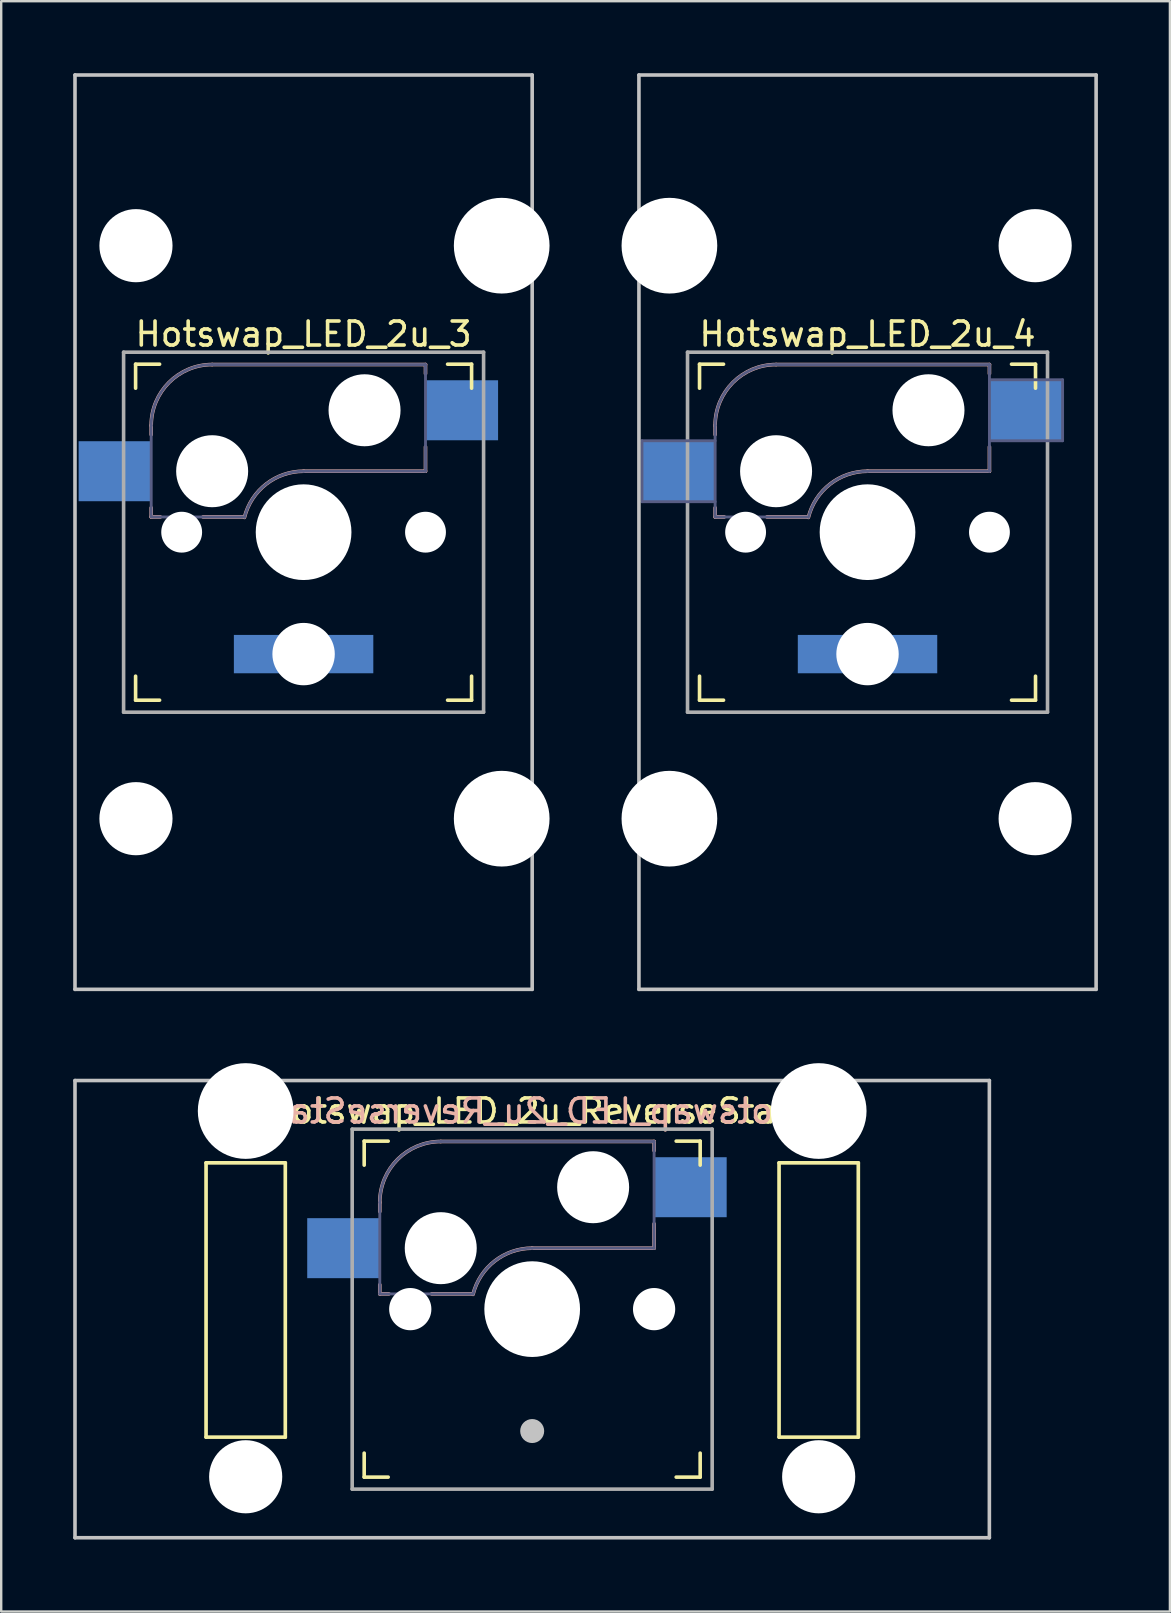
<source format=kicad_pcb>
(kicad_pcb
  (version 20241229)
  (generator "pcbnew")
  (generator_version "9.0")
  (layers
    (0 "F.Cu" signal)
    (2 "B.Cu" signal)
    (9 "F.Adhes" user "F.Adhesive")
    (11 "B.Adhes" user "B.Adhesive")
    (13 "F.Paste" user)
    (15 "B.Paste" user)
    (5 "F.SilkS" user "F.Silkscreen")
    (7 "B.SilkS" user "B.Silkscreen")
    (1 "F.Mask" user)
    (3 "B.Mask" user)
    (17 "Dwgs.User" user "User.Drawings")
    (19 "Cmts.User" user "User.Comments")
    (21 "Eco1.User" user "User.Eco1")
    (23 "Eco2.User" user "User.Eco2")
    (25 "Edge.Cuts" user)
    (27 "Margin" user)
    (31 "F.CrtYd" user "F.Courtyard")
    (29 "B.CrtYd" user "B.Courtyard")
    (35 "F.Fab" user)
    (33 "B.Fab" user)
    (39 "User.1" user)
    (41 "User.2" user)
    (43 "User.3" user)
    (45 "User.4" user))
  (footprint "Hotswap_LED_2u_3"
    (layer "F.Cu")
    (at 9.6 19.125)
    (property "Reference" "Hotswap_LED_2u_3" (at 0 -8.255 0) (layer "F.SilkS") (effects (font (size 1 1) (thickness 0.15))))
    (attr through_hole)
    (fp_line (start -7 -6) (end -7 -7) (stroke (width 0.15) (type solid)) (layer "F.SilkS"))
    (fp_line (start -7 7) (end -7 6) (stroke (width 0.15) (type solid)) (layer "F.SilkS"))
    (fp_line (start -7 7) (end -6 7) (stroke (width 0.15) (type solid)) (layer "F.SilkS"))
    (fp_line (start -6 -7) (end -7 -7) (stroke (width 0.15) (type solid)) (layer "F.SilkS"))
    (fp_line (start 6 7) (end 7 7) (stroke (width 0.15) (type solid)) (layer "F.SilkS"))
    (fp_line (start 7 -7) (end 6 -7) (stroke (width 0.15) (type solid)) (layer "F.SilkS"))
    (fp_line (start 7 -7) (end 7 -6) (stroke (width 0.15) (type solid)) (layer "F.SilkS"))
    (fp_line (start 7 6) (end 7 7) (stroke (width 0.15) (type solid)) (layer "F.SilkS"))
    (fp_line (start -6.35 -4.445) (end -6.35 -4.064) (stroke (width 0.15) (type solid)) (layer "B.SilkS"))
    (fp_line (start -6.35 -1.016) (end -6.35 -0.635) (stroke (width 0.15) (type solid)) (layer "B.SilkS"))
    (fp_line (start -6.35 -0.635) (end -5.969 -0.635) (stroke (width 0.15) (type solid)) (layer "B.SilkS"))
    (fp_line (start -4.191 -0.635) (end -2.54 -0.635) (stroke (width 0.15) (type solid)) (layer "B.SilkS"))
    (fp_line (start 0 -2.54) (end 5.08 -2.54) (stroke (width 0.15) (type solid)) (layer "B.SilkS"))
    (fp_line (start 5.08 -6.985) (end -3.81 -6.985) (stroke (width 0.15) (type solid)) (layer "B.SilkS"))
    (fp_line (start 5.08 -6.604) (end 5.08 -6.985) (stroke (width 0.15) (type solid)) (layer "B.SilkS"))
    (fp_line (start 5.08 -2.54) (end 5.08 -3.556) (stroke (width 0.15) (type solid)) (layer "B.SilkS"))
    (fp_arc (start -6.35 -4.445) (mid -5.606051 -6.241051) (end -3.81 -6.985) (stroke (width 0.15) (type solid)) (layer "B.SilkS"))
    (fp_arc (start -2.464162 -0.61604) (mid -1.563147 -2.002042) (end 0 -2.54) (stroke (width 0.15) (type solid)) (layer "B.SilkS"))
    (fp_line (start -9.525 -19.05) (end 9.525 -19.05) (stroke (width 0.15) (type solid)) (layer "Dwgs.User"))
    (fp_line (start -9.525 19.05) (end -9.525 -19.05) (stroke (width 0.15) (type solid)) (layer "Dwgs.User"))
    (fp_line (start 9.525 19.05) (end -9.525 19.05) (stroke (width 0.15) (type solid)) (layer "Dwgs.User"))
    (fp_line (start 9.525 19.05) (end 9.525 -19.05) (stroke (width 0.15) (type solid)) (layer "Dwgs.User"))
    (fp_line (start -6.9 6.9) (end -6.9 -6.9) (stroke (width 0.15) (type solid)) (layer "Eco2.User"))
    (fp_line (start -6.9 6.9) (end 6.9 6.9) (stroke (width 0.15) (type solid)) (layer "Eco2.User"))
    (fp_line (start -5.334 -13.589) (end -5.334 -10.287) (stroke (width 0.152) (type solid)) (layer "Eco2.User"))
    (fp_line (start -5.334 -10.287) (end 6.096 -10.287) (stroke (width 0.152) (type solid)) (layer "Eco2.User"))
    (fp_line (start -5.334 10.287) (end -5.334 13.589) (stroke (width 0.152) (type solid)) (layer "Eco2.User"))
    (fp_line (start -5.334 13.589) (end 6.096 13.589) (stroke (width 0.152) (type solid)) (layer "Eco2.User"))
    (fp_line (start 6.096 -13.589) (end -5.334 -13.589) (stroke (width 0.152) (type solid)) (layer "Eco2.User"))
    (fp_line (start 6.096 -10.287) (end 6.096 -13.589) (stroke (width 0.152) (type solid)) (layer "Eco2.User"))
    (fp_line (start 6.096 10.287) (end -5.334 10.287) (stroke (width 0.152) (type solid)) (layer "Eco2.User"))
    (fp_line (start 6.096 13.589) (end 6.096 10.287) (stroke (width 0.152) (type solid)) (layer "Eco2.User"))
    (fp_line (start 6.9 -6.9) (end -6.9 -6.9) (stroke (width 0.15) (type solid)) (layer "Eco2.User"))
    (fp_line (start 6.9 -6.9) (end 6.9 6.9) (stroke (width 0.15) (type solid)) (layer "Eco2.User"))
    (fp_line (start -6.35 -4.445) (end -6.35 -0.635) (stroke (width 0.12) (type solid)) (layer "B.Fab"))
    (fp_line (start -6.35 -0.635) (end -2.54 -0.635) (stroke (width 0.12) (type solid)) (layer "B.Fab"))
    (fp_line (start 0 -2.54) (end 5.08 -2.54) (stroke (width 0.12) (type solid)) (layer "B.Fab"))
    (fp_line (start 5.08 -6.985) (end -3.81 -6.985) (stroke (width 0.12) (type solid)) (layer "B.Fab"))
    (fp_line (start 5.08 -2.54) (end 5.08 -6.985) (stroke (width 0.12) (type solid)) (layer "B.Fab"))
    (fp_arc (start -6.35 -4.445) (mid -5.606051 -6.241051) (end -3.81 -6.985) (stroke (width 0.12) (type solid)) (layer "B.Fab"))
    (fp_arc (start -2.464162 -0.61604) (mid -1.563147 -2.002042) (end 0 -2.54) (stroke (width 0.12) (type solid)) (layer "B.Fab"))
    (fp_line (start -7.5 -7.5) (end 7.5 -7.5) (stroke (width 0.15) (type solid)) (layer "F.Fab"))
    (fp_line (start -7.5 7.5) (end -7.5 -7.5) (stroke (width 0.15) (type solid)) (layer "F.Fab"))
    (fp_line (start 7.5 -7.5) (end 7.5 7.5) (stroke (width 0.15) (type solid)) (layer "F.Fab"))
    (fp_line (start 7.5 7.5) (end -7.5 7.5) (stroke (width 0.15) (type solid)) (layer "F.Fab"))
    (pad "" np_thru_hole circle (at -6.985 -11.938 90) (size 3.048 3.048) (drill 3.048) (layers "*.Cu" "*.Mask"))
    (pad "" np_thru_hole circle (at -6.985 11.938 90) (size 3.048 3.048) (drill 3.048) (layers "*.Cu" "*.Mask"))
    (pad "" np_thru_hole circle (at -5.08 0 180) (size 1.702 1.702) (drill 1.702) (layers "*.Cu" "*.Mask"))
    (pad "" np_thru_hole circle (at -3.81 -2.54 180) (size 3 3) (drill 3) (layers "*.Cu" "*.Mask"))
    (pad "" np_thru_hole circle (at 0 0 180) (size 3.988 3.988) (drill 3.988) (layers "*.Cu" "*.Mask"))
    (pad "" np_thru_hole circle (at 0 5.08 180) (size 2.6 2.6) (drill 2.6) (layers "*.Cu" "*.Mask"))
    (pad "" np_thru_hole circle (at 2.54 -5.08 180) (size 3 3) (drill 3) (layers "*.Cu" "*.Mask"))
    (pad "" np_thru_hole circle (at 5.08 0 180) (size 1.702 1.702) (drill 1.702) (layers "*.Cu" "*.Mask"))
    (pad "" np_thru_hole circle (at 8.255 -11.938 90) (size 3.988 3.988) (drill 3.988) (layers "*.Cu" "*.Mask"))
    (pad "" np_thru_hole circle (at 8.255 11.938 90) (size 3.988 3.988) (drill 3.988) (layers "*.Cu" "*.Mask"))
    (pad "1" smd rect (at -7.874 -2.54 180) (size 3 2.5) (layers "B.Cu" "B.Mask"))
    (pad "2" smd rect (at 6.604 -5.08 180) (size 3 2.5) (layers "B.Cu" "B.Mask"))
    (pad "A" smd rect (at -1.905 5.08 180) (size 2 1.598) (layers "B.Cu" "B.Mask"))
    (pad "K" smd rect (at 1.905 5.08 180) (size 2 1.598) (layers "B.Cu" "B.Mask")))
  (footprint "Hotswap_LED_2u_4"
    (layer "F.Cu")
    (at 33.098 19.125)
    (property "Reference" "Hotswap_LED_2u_4" (at 0 -8.255 0) (layer "F.SilkS") (effects (font (size 1 1) (thickness 0.15))))
    (attr through_hole)
    (fp_line (start -7 -6) (end -7 -7) (stroke (width 0.15) (type solid)) (layer "F.SilkS"))
    (fp_line (start -7 7) (end -7 6) (stroke (width 0.15) (type solid)) (layer "F.SilkS"))
    (fp_line (start -7 7) (end -6 7) (stroke (width 0.15) (type solid)) (layer "F.SilkS"))
    (fp_line (start -6 -7) (end -7 -7) (stroke (width 0.15) (type solid)) (layer "F.SilkS"))
    (fp_line (start 6 7) (end 7 7) (stroke (width 0.15) (type solid)) (layer "F.SilkS"))
    (fp_line (start 7 -7) (end 6 -7) (stroke (width 0.15) (type solid)) (layer "F.SilkS"))
    (fp_line (start 7 -7) (end 7 -6) (stroke (width 0.15) (type solid)) (layer "F.SilkS"))
    (fp_line (start 7 6) (end 7 7) (stroke (width 0.15) (type solid)) (layer "F.SilkS"))
    (fp_line (start -6.35 -4.445) (end -6.35 -4.064) (stroke (width 0.15) (type solid)) (layer "B.SilkS"))
    (fp_line (start -6.35 -1.016) (end -6.35 -0.635) (stroke (width 0.15) (type solid)) (layer "B.SilkS"))
    (fp_line (start -6.35 -0.635) (end -5.969 -0.635) (stroke (width 0.15) (type solid)) (layer "B.SilkS"))
    (fp_line (start -4.191 -0.635) (end -2.54 -0.635) (stroke (width 0.15) (type solid)) (layer "B.SilkS"))
    (fp_line (start 0 -2.54) (end 5.08 -2.54) (stroke (width 0.15) (type solid)) (layer "B.SilkS"))
    (fp_line (start 5.08 -6.985) (end -3.81 -6.985) (stroke (width 0.15) (type solid)) (layer "B.SilkS"))
    (fp_line (start 5.08 -6.604) (end 5.08 -6.985) (stroke (width 0.15) (type solid)) (layer "B.SilkS"))
    (fp_line (start 5.08 -2.54) (end 5.08 -3.556) (stroke (width 0.15) (type solid)) (layer "B.SilkS"))
    (fp_arc (start -6.35 -4.445) (mid -5.606051 -6.241051) (end -3.81 -6.985) (stroke (width 0.15) (type solid)) (layer "B.SilkS"))
    (fp_arc (start -2.464162 -0.61604) (mid -1.563147 -2.002042) (end 0 -2.54) (stroke (width 0.15) (type solid)) (layer "B.SilkS"))
    (fp_line (start -9.525 -19.05) (end 9.525 -19.05) (stroke (width 0.15) (type solid)) (layer "Dwgs.User"))
    (fp_line (start -9.525 19.05) (end -9.525 -19.05) (stroke (width 0.15) (type solid)) (layer "Dwgs.User"))
    (fp_line (start 9.525 -19.05) (end 9.525 19.05) (stroke (width 0.15) (type solid)) (layer "Dwgs.User"))
    (fp_line (start 9.525 19.05) (end -9.525 19.05) (stroke (width 0.15) (type solid)) (layer "Dwgs.User"))
    (fp_line (start -6.9 6.9) (end -6.9 -6.9) (stroke (width 0.15) (type solid)) (layer "Eco2.User"))
    (fp_line (start -6.9 6.9) (end 6.9 6.9) (stroke (width 0.15) (type solid)) (layer "Eco2.User"))
    (fp_line (start -6.096 -13.589) (end -6.096 -10.287) (stroke (width 0.152) (type solid)) (layer "Eco2.User"))
    (fp_line (start -6.096 -10.287) (end 5.334 -10.287) (stroke (width 0.152) (type solid)) (layer "Eco2.User"))
    (fp_line (start -6.096 10.287) (end -6.096 13.589) (stroke (width 0.152) (type solid)) (layer "Eco2.User"))
    (fp_line (start -6.096 13.589) (end 5.334 13.589) (stroke (width 0.152) (type solid)) (layer "Eco2.User"))
    (fp_line (start 5.334 -13.589) (end -6.096 -13.589) (stroke (width 0.152) (type solid)) (layer "Eco2.User"))
    (fp_line (start 5.334 -10.287) (end 5.334 -13.589) (stroke (width 0.152) (type solid)) (layer "Eco2.User"))
    (fp_line (start 5.334 10.287) (end -6.096 10.287) (stroke (width 0.152) (type solid)) (layer "Eco2.User"))
    (fp_line (start 5.334 13.589) (end 5.334 10.287) (stroke (width 0.152) (type solid)) (layer "Eco2.User"))
    (fp_line (start 6.9 -6.9) (end -6.9 -6.9) (stroke (width 0.15) (type solid)) (layer "Eco2.User"))
    (fp_line (start 6.9 -6.9) (end 6.9 6.9) (stroke (width 0.15) (type solid)) (layer "Eco2.User"))
    (fp_line (start -9.398 -3.81) (end -9.398 -1.27) (stroke (width 0.12) (type solid)) (layer "B.Fab"))
    (fp_line (start -9.398 -1.27) (end -6.35 -1.27) (stroke (width 0.12) (type solid)) (layer "B.Fab"))
    (fp_line (start -6.35 -4.445) (end -6.35 -0.635) (stroke (width 0.12) (type solid)) (layer "B.Fab"))
    (fp_line (start -6.35 -3.81) (end -9.398 -3.81) (stroke (width 0.12) (type solid)) (layer "B.Fab"))
    (fp_line (start -6.35 -0.635) (end -2.54 -0.635) (stroke (width 0.12) (type solid)) (layer "B.Fab"))
    (fp_line (start 0 -2.54) (end 5.08 -2.54) (stroke (width 0.12) (type solid)) (layer "B.Fab"))
    (fp_line (start 5.08 -6.985) (end -3.81 -6.985) (stroke (width 0.12) (type solid)) (layer "B.Fab"))
    (fp_line (start 5.08 -3.81) (end 8.128 -3.81) (stroke (width 0.12) (type solid)) (layer "B.Fab"))
    (fp_line (start 5.08 -2.54) (end 5.08 -6.985) (stroke (width 0.12) (type solid)) (layer "B.Fab"))
    (fp_line (start 8.128 -6.35) (end 5.08 -6.35) (stroke (width 0.12) (type solid)) (layer "B.Fab"))
    (fp_line (start 8.128 -3.81) (end 8.128 -6.35) (stroke (width 0.12) (type solid)) (layer "B.Fab"))
    (fp_arc (start -6.35 -4.445) (mid -5.606051 -6.241051) (end -3.81 -6.985) (stroke (width 0.12) (type solid)) (layer "B.Fab"))
    (fp_arc (start -2.464162 -0.61604) (mid -1.563147 -2.002042) (end 0 -2.54) (stroke (width 0.12) (type solid)) (layer "B.Fab"))
    (fp_line (start -7.5 -7.5) (end 7.5 -7.5) (stroke (width 0.15) (type solid)) (layer "F.Fab"))
    (fp_line (start -7.5 7.5) (end -7.5 -7.5) (stroke (width 0.15) (type solid)) (layer "F.Fab"))
    (fp_line (start 7.5 -7.5) (end 7.5 7.5) (stroke (width 0.15) (type solid)) (layer "F.Fab"))
    (fp_line (start 7.5 7.5) (end -7.5 7.5) (stroke (width 0.15) (type solid)) (layer "F.Fab"))
    (pad "" np_thru_hole circle (at -8.255 -11.938 270) (size 3.988 3.988) (drill 3.988) (layers "*.Cu" "*.Mask"))
    (pad "" np_thru_hole circle (at -8.255 11.938 270) (size 3.988 3.988) (drill 3.988) (layers "*.Cu" "*.Mask"))
    (pad "" np_thru_hole circle (at -5.08 0 180) (size 1.702 1.702) (drill 1.702) (layers "*.Cu" "*.Mask"))
    (pad "" np_thru_hole circle (at -3.81 -2.54 180) (size 3 3) (drill 3) (layers "*.Cu" "*.Mask"))
    (pad "" np_thru_hole circle (at 0 0 180) (size 3.988 3.988) (drill 3.988) (layers "*.Cu" "*.Mask"))
    (pad "" np_thru_hole circle (at 0 5.08 180) (size 2.6 2.6) (drill 2.6) (layers "*.Cu" "*.Mask"))
    (pad "" np_thru_hole circle (at 2.54 -5.08 180) (size 3 3) (drill 3) (layers "*.Cu" "*.Mask"))
    (pad "" np_thru_hole circle (at 5.08 0 180) (size 1.702 1.702) (drill 1.702) (layers "*.Cu" "*.Mask"))
    (pad "" np_thru_hole circle (at 6.985 -11.938 270) (size 3.048 3.048) (drill 3.048) (layers "*.Cu" "*.Mask"))
    (pad "" np_thru_hole circle (at 6.985 11.938 270) (size 3.048 3.048) (drill 3.048) (layers "*.Cu" "*.Mask"))
    (pad "1" smd rect (at -7.874 -2.54 180) (size 3 2.5) (layers "B.Cu"))
    (pad "2" smd rect (at 6.604 -5.08 180) (size 3 2.5) (layers "B.Cu"))
    (pad "A" smd rect (at -1.905 5.08 180) (size 2 1.598) (layers "B.Cu"))
    (pad "K" smd rect (at 1.905 5.08 180) (size 2 1.598) (layers "B.Cu")))
  (footprint "Hotswap_LED_2u_ReverseStab"
    (layer "F.Cu")
    (at 19.125 51.499)
    (property "Reference" "Hotswap_LED_2u_ReverseStab" (at 0 -8.255 0) (layer "F.SilkS") (effects (font (size 1 1) (thickness 0.15))))
    (attr through_hole)
    (fp_line (start -13.589 -6.096) (end -13.589 5.334) (stroke (width 0.152) (type solid)) (layer "F.SilkS"))
    (fp_line (start -13.589 5.334) (end -10.287 5.334) (stroke (width 0.152) (type solid)) (layer "F.SilkS"))
    (fp_line (start -10.287 -6.096) (end -13.589 -6.096) (stroke (width 0.152) (type solid)) (layer "F.SilkS"))
    (fp_line (start -10.287 5.334) (end -10.287 -6.096) (stroke (width 0.152) (type solid)) (layer "F.SilkS"))
    (fp_line (start -7 -6) (end -7 -7) (stroke (width 0.15) (type solid)) (layer "F.SilkS"))
    (fp_line (start -7 7) (end -7 6) (stroke (width 0.15) (type solid)) (layer "F.SilkS"))
    (fp_line (start -7 7) (end -6 7) (stroke (width 0.15) (type solid)) (layer "F.SilkS"))
    (fp_line (start -6 -7) (end -7 -7) (stroke (width 0.15) (type solid)) (layer "F.SilkS"))
    (fp_line (start 6 7) (end 7 7) (stroke (width 0.15) (type solid)) (layer "F.SilkS"))
    (fp_line (start 7 -7) (end 6 -7) (stroke (width 0.15) (type solid)) (layer "F.SilkS"))
    (fp_line (start 7 -7) (end 7 -6) (stroke (width 0.15) (type solid)) (layer "F.SilkS"))
    (fp_line (start 7 6) (end 7 7) (stroke (width 0.15) (type solid)) (layer "F.SilkS"))
    (fp_line (start 10.287 -6.096) (end 10.287 5.334) (stroke (width 0.152) (type solid)) (layer "F.SilkS"))
    (fp_line (start 10.287 5.334) (end 13.589 5.334) (stroke (width 0.152) (type solid)) (layer "F.SilkS"))
    (fp_line (start 13.589 -6.096) (end 10.287 -6.096) (stroke (width 0.152) (type solid)) (layer "F.SilkS"))
    (fp_line (start 13.589 5.334) (end 13.589 -6.096) (stroke (width 0.152) (type solid)) (layer "F.SilkS"))
    (fp_line (start -6.35 -4.445) (end -6.35 -4.064) (stroke (width 0.15) (type solid)) (layer "B.SilkS"))
    (fp_line (start -6.35 -1.016) (end -6.35 -0.635) (stroke (width 0.15) (type solid)) (layer "B.SilkS"))
    (fp_line (start -6.35 -0.635) (end -5.969 -0.635) (stroke (width 0.15) (type solid)) (layer "B.SilkS"))
    (fp_line (start -4.191 -0.635) (end -2.54 -0.635) (stroke (width 0.15) (type solid)) (layer "B.SilkS"))
    (fp_line (start 0 -2.54) (end 5.08 -2.54) (stroke (width 0.15) (type solid)) (layer "B.SilkS"))
    (fp_line (start 5.08 -6.985) (end -3.81 -6.985) (stroke (width 0.15) (type solid)) (layer "B.SilkS"))
    (fp_line (start 5.08 -6.604) (end 5.08 -6.985) (stroke (width 0.15) (type solid)) (layer "B.SilkS"))
    (fp_line (start 5.08 -2.54) (end 5.08 -3.556) (stroke (width 0.15) (type solid)) (layer "B.SilkS"))
    (fp_arc (start -6.35 -4.445) (mid -5.606051 -6.241051) (end -3.81 -6.985) (stroke (width 0.15) (type solid)) (layer "B.SilkS"))
    (fp_arc (start -2.464162 -0.61604) (mid -1.563147 -2.002042) (end 0 -2.54) (stroke (width 0.15) (type solid)) (layer "B.SilkS"))
    (fp_line (start -19.05 -9.525) (end 19.05 -9.525) (stroke (width 0.15) (type solid)) (layer "Dwgs.User"))
    (fp_line (start -19.05 9.525) (end -19.05 -9.525) (stroke (width 0.15) (type solid)) (layer "Dwgs.User"))
    (fp_line (start 19.05 -9.525) (end 19.05 9.525) (stroke (width 0.15) (type solid)) (layer "Dwgs.User"))
    (fp_line (start 19.05 9.525) (end -19.05 9.525) (stroke (width 0.15) (type solid)) (layer "Dwgs.User"))
    (fp_line (start -6.9 6.9) (end -6.9 -6.9) (stroke (width 0.15) (type solid)) (layer "Eco2.User"))
    (fp_line (start -6.9 6.9) (end 6.9 6.9) (stroke (width 0.15) (type solid)) (layer "Eco2.User"))
    (fp_line (start 6.9 -6.9) (end -6.9 -6.9) (stroke (width 0.15) (type solid)) (layer "Eco2.User"))
    (fp_line (start 6.9 -6.9) (end 6.9 6.9) (stroke (width 0.15) (type solid)) (layer "Eco2.User"))
    (fp_line (start -6.35 -4.445) (end -6.35 -0.635) (stroke (width 0.12) (type solid)) (layer "B.Fab"))
    (fp_line (start -6.35 -0.635) (end -2.54 -0.635) (stroke (width 0.12) (type solid)) (layer "B.Fab"))
    (fp_line (start 0 -2.54) (end 5.08 -2.54) (stroke (width 0.12) (type solid)) (layer "B.Fab"))
    (fp_line (start 5.08 -6.985) (end -3.81 -6.985) (stroke (width 0.12) (type solid)) (layer "B.Fab"))
    (fp_line (start 5.08 -2.54) (end 5.08 -6.985) (stroke (width 0.12) (type solid)) (layer "B.Fab"))
    (fp_arc (start -6.35 -4.445) (mid -5.606051 -6.241051) (end -3.81 -6.985) (stroke (width 0.12) (type solid)) (layer "B.Fab"))
    (fp_arc (start -2.464162 -0.61604) (mid -1.563147 -2.002042) (end 0 -2.54) (stroke (width 0.12) (type solid)) (layer "B.Fab"))
    (fp_line (start -7.5 -7.5) (end 7.5 -7.5) (stroke (width 0.15) (type solid)) (layer "F.Fab"))
    (fp_line (start -7.5 7.5) (end -7.5 -7.5) (stroke (width 0.15) (type solid)) (layer "F.Fab"))
    (fp_line (start 7.5 -7.5) (end 7.5 7.5) (stroke (width 0.15) (type solid)) (layer "F.Fab"))
    (fp_line (start 7.5 7.5) (end -7.5 7.5) (stroke (width 0.15) (type solid)) (layer "F.Fab"))
    (fp_text user "${REFERENCE}" (at 0 -8.255 0) (layer "B.SilkS") (effects (font (size 1 1) (thickness 0.15)) (justify mirror)))
    (pad "" np_thru_hole circle (at -11.938 -8.255 180) (size 3.988 3.988) (drill 3.988) (layers "*.Cu" "*.Mask"))
    (pad "" np_thru_hole circle (at -11.938 6.985 180) (size 3.048 3.048) (drill 3.048) (layers "*.Cu" "*.Mask"))
    (pad "" np_thru_hole circle (at -5.08 0 180) (size 1.76 1.76) (drill 1.76) (layers "*.Cu" "*.Mask"))
    (pad "" np_thru_hole circle (at -3.81 -2.54 180) (size 3 3) (drill 3) (layers "*.Cu" "*.Mask"))
    (pad "" np_thru_hole circle (at 0 0 180) (size 3.988 3.988) (drill 3.988) (layers "*.Cu" "*.Mask"))
    (pad "" smd circle (at 0 5.08 180) (size 1 1) (layers "Dwgs.User"))
    (pad "" np_thru_hole circle (at 2.54 -5.08 180) (size 3 3) (drill 3) (layers "*.Cu" "*.Mask"))
    (pad "" np_thru_hole circle (at 5.08 0 180) (size 1.76 1.76) (drill 1.76) (layers "*.Cu" "*.Mask"))
    (pad "" np_thru_hole circle (at 11.938 -8.255 180) (size 3.988 3.988) (drill 3.988) (layers "*.Cu" "*.Mask"))
    (pad "" np_thru_hole circle (at 11.938 6.985 180) (size 3.048 3.048) (drill 3.048) (layers "*.Cu" "*.Mask"))
    (pad "1" smd rect (at -7.874 -2.54 180) (size 3 2.5) (layers "B.Cu" "B.Mask" "B.Paste"))
    (pad "2" smd rect (at 6.604 -5.08 180) (size 3 2.5) (layers "B.Cu" "B.Mask" "B.Paste")))
  (gr_rect
    (start -3 -3)
    (end 45.698 64.099)
    (stroke (width 0.1) (type default))
    (fill no)
    (layer "Edge.Cuts")))
</source>
